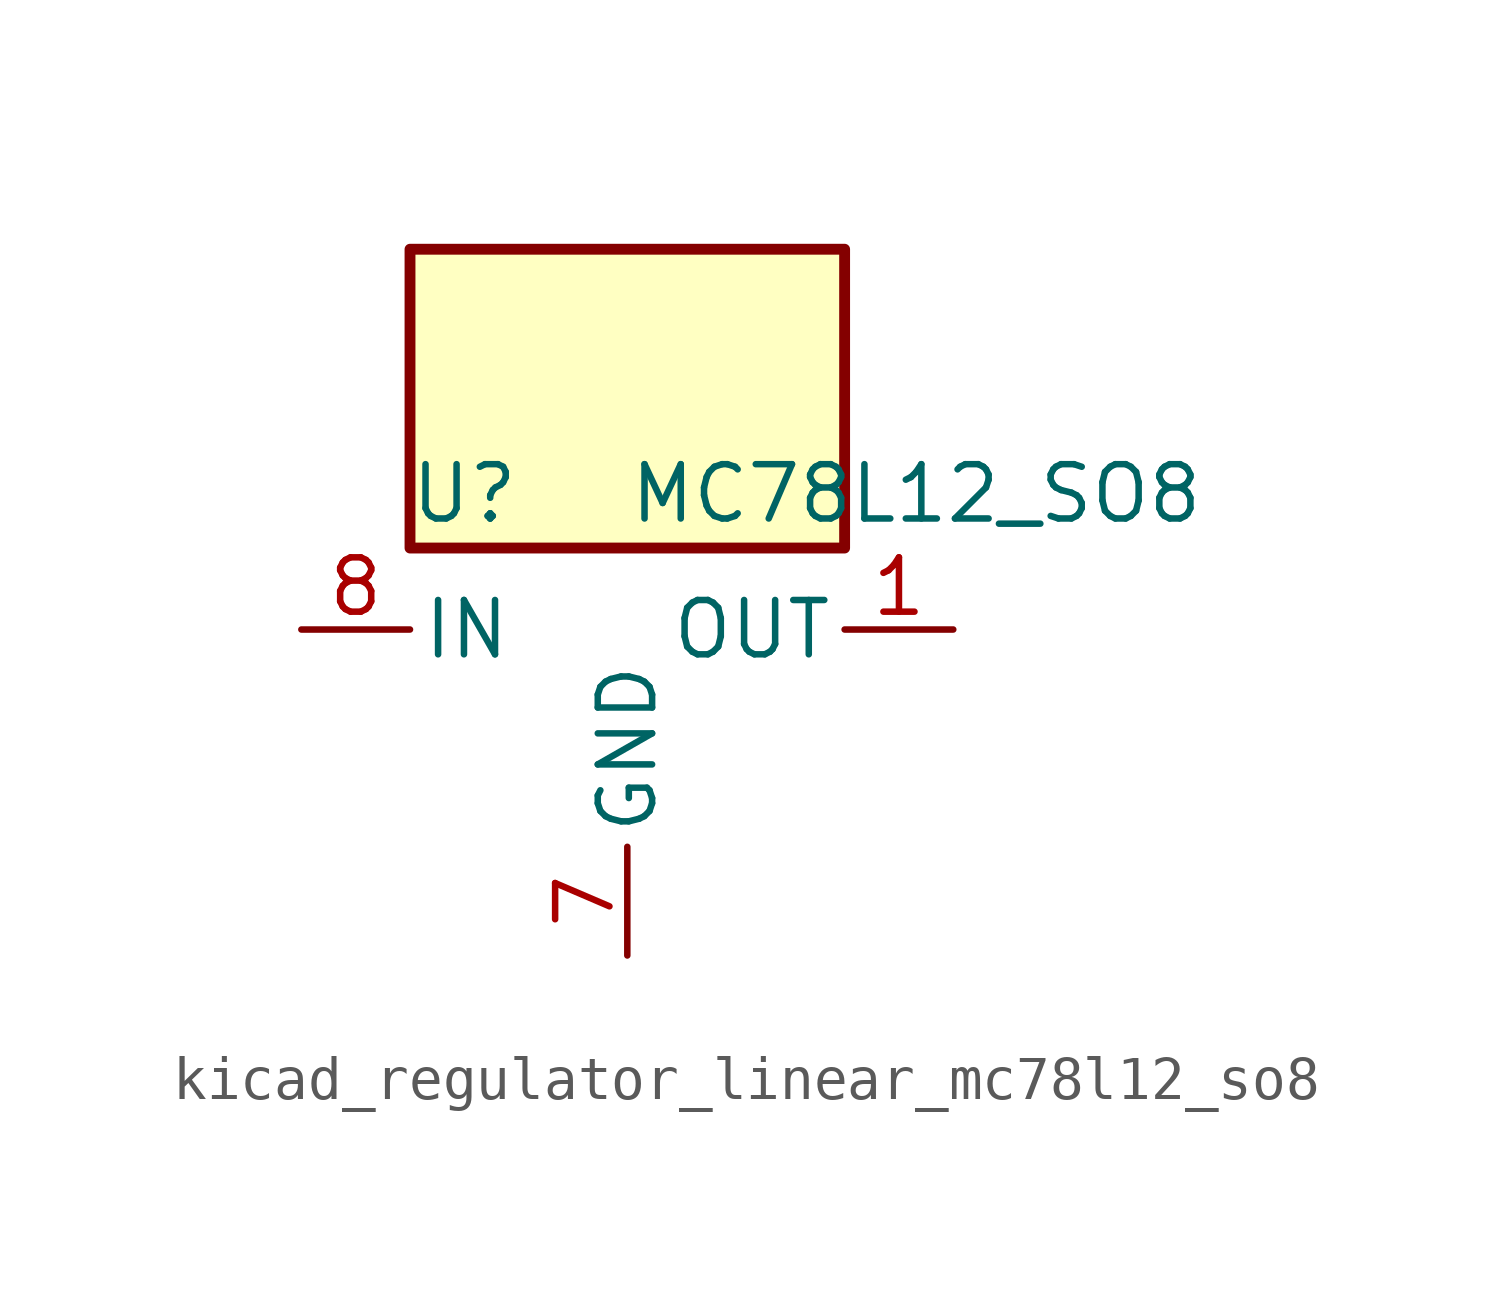
<source format=kicad_sym>
(kicad_symbol_lib
  (version 20220914)
  (generator kicad_symbol_editor)
  (symbol "kicad_regulator_linear_mc78l12_so8"
    (pin_names
      (offset 0.254))
    (property "Reference" "U"
      (at -3.81 3.175 0)
      (effects (font (size 1.27 1.27))))
    (property "Value" "MC78L12_SO8"
      (at 0 3.175 0)
      (effects (font (size 1.27 1.27)) (justify left)))
    (symbol "kicad_regulator_linear_mc78l12_so8_0_1"
      (rectangle (start 5.08 8.89) (end -5.08 1.905) (stroke (width 0.254) (type default)) (fill (type background))))
    (symbol "kicad_regulator_linear_mc78l12_so8_1_1"
      (pin power_out line (at 7.62 0 180) (length 2.54) (name "OUT" (effects (font (size 1.27 1.27)))) (number "1" (effects (font (size 1.27 1.27)))))
      (pin passive line (at 0 -7.62 90) (length 2.54) hide (name "GND" (effects (font (size 1.27 1.27)))) (number "2" (effects (font (size 1.27 1.27)))))
      (pin passive line (at 0 -7.62 90) (length 2.54) hide (name "GND" (effects (font (size 1.27 1.27)))) (number "3" (effects (font (size 1.27 1.27)))))
      (pin no_connect line (at -5.08 -2.54 0) (length 2.54) hide (name "NC" (effects (font (size 1.27 1.27)))) (number "4" (effects (font (size 1.27 1.27)))))
      (pin no_connect line (at 5.08 -2.54 180) (length 2.54) hide (name "NC" (effects (font (size 1.27 1.27)))) (number "5" (effects (font (size 1.27 1.27)))))
      (pin passive line (at 0 -7.62 90) (length 2.54) hide (name "GND" (effects (font (size 1.27 1.27)))) (number "6" (effects (font (size 1.27 1.27)))))
      (pin power_in line (at 0 -7.62 90) (length 2.54) (name "GND" (effects (font (size 1.27 1.27)))) (number "7" (effects (font (size 1.27 1.27)))))
      (pin power_in line (at -7.62 0 0) (length 2.54) (name "IN" (effects (font (size 1.27 1.27)))) (number "8" (effects (font (size 1.27 1.27))))))))
</source>
